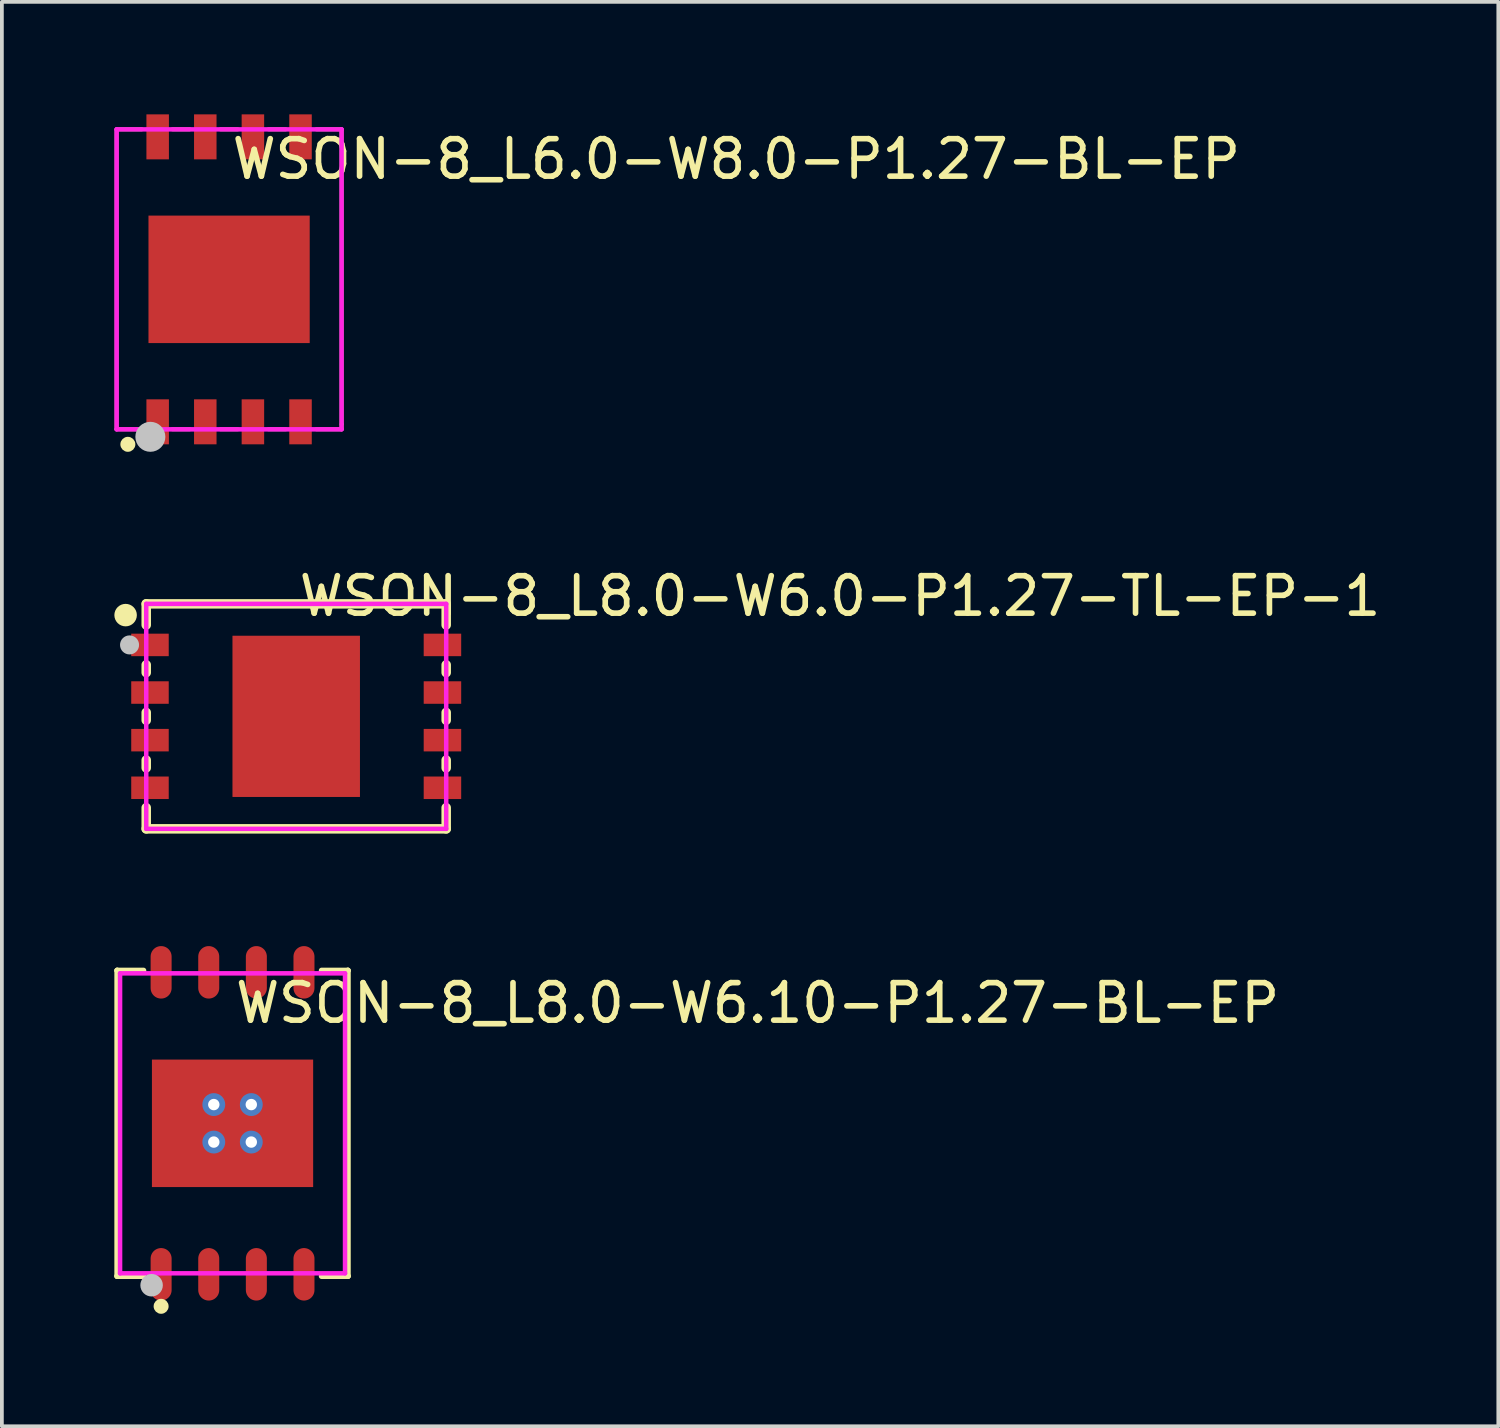
<source format=kicad_pcb>
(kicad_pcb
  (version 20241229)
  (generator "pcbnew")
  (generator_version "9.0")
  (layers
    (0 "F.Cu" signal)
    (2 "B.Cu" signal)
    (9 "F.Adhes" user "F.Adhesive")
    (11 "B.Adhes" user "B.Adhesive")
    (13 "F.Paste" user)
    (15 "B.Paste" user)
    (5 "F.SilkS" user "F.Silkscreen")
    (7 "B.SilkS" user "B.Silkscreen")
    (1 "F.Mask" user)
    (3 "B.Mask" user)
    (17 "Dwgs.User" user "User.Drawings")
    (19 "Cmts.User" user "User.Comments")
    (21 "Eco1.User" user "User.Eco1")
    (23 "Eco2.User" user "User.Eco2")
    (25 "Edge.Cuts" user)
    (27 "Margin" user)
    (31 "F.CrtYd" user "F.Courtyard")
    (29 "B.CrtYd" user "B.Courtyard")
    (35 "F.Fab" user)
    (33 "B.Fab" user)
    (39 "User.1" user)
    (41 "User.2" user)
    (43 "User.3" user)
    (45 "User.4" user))
  (footprint "WSON-8_L8.0-W6.0-P1.27-TL-EP-1"
    (layer "F.Cu")
    (at 4.85 16.055)
    (property "Reference" "WSON-8_L8.0-W6.0-P1.27-TL-EP-1" (at 0 -3.207 0) (layer "F.SilkS") (effects (font (size 1 1) (thickness 0.15)) (justify left)))
    (attr through_hole)
    (fp_line (start -4 -3) (end 3.95 -3) (stroke (width 0.254) (type solid)) (layer "F.SilkS"))
    (fp_line (start -4 -2.436) (end -4 -3) (stroke (width 0.254) (type solid)) (layer "F.SilkS"))
    (fp_line (start -4 -1.166) (end -4 -1.374) (stroke (width 0.254) (type solid)) (layer "F.SilkS"))
    (fp_line (start -4 0.104) (end -4 -0.104) (stroke (width 0.254) (type solid)) (layer "F.SilkS"))
    (fp_line (start -4 1.374) (end -4 1.166) (stroke (width 0.254) (type solid)) (layer "F.SilkS"))
    (fp_line (start -4 3) (end -4 2.436) (stroke (width 0.254) (type solid)) (layer "F.SilkS"))
    (fp_line (start 4 -3) (end 4 -2.436) (stroke (width 0.254) (type solid)) (layer "F.SilkS"))
    (fp_line (start 4 -1.374) (end 4 -1.166) (stroke (width 0.254) (type solid)) (layer "F.SilkS"))
    (fp_line (start 4 -0.104) (end 4 0.104) (stroke (width 0.254) (type solid)) (layer "F.SilkS"))
    (fp_line (start 4 1.166) (end 4 1.374) (stroke (width 0.254) (type solid)) (layer "F.SilkS"))
    (fp_line (start 4 2.436) (end 4 3) (stroke (width 0.254) (type solid)) (layer "F.SilkS"))
    (fp_line (start 4 3) (end -4 3) (stroke (width 0.254) (type solid)) (layer "F.SilkS"))
    (fp_circle (center -4.55 -2.7) (end -4.4 -2.7) (stroke (width 0.3) (type solid)) (fill no) (layer "F.SilkS"))
    (fp_circle (center -4.445 -1.905) (end -4.318 -1.905) (stroke (width 0.254) (type solid)) (fill no) (layer "Dwgs.User"))
    (fp_circle (center -4 -3) (end -3.97 -3) (stroke (width 0.06) (type solid)) (fill no) (layer "Eco2.User"))
    (fp_poly (pts (xy -4 -1.705) (xy -4 -2.105) (xy -3.5 -2.105) (xy -3.5 -1.705)) (stroke (width 0.12) (type solid)) (fill no) (layer "Eco2.User"))
    (fp_poly (pts (xy -4 -0.435) (xy -4 -0.835) (xy -3.5 -0.835) (xy -3.5 -0.435)) (stroke (width 0.12) (type solid)) (fill no) (layer "Eco2.User"))
    (fp_poly (pts (xy -4 0.835) (xy -4 0.435) (xy -3.5 0.435) (xy -3.5 0.835)) (stroke (width 0.12) (type solid)) (fill no) (layer "Eco2.User"))
    (fp_poly (pts (xy -4 2.105) (xy -4 1.705) (xy -3.5 1.705) (xy -3.5 2.105)) (stroke (width 0.12) (type solid)) (fill no) (layer "Eco2.User"))
    (fp_poly (pts (xy -1.7 2.15) (xy -1.7 -2.15) (xy 1.7 -2.15) (xy 1.7 2.15)) (stroke (width 0.12) (type solid)) (fill no) (layer "Eco2.User"))
    (fp_poly (pts (xy 4 -2.105) (xy 4 -1.705) (xy 3.5 -1.705) (xy 3.5 -2.105)) (stroke (width 0.12) (type solid)) (fill no) (layer "Eco2.User"))
    (fp_poly (pts (xy 4 -0.835) (xy 4 -0.435) (xy 3.5 -0.435) (xy 3.5 -0.835)) (stroke (width 0.12) (type solid)) (fill no) (layer "Eco2.User"))
    (fp_poly (pts (xy 4 0.435) (xy 4 0.835) (xy 3.5 0.835) (xy 3.5 0.435)) (stroke (width 0.12) (type solid)) (fill no) (layer "Eco2.User"))
    (fp_poly (pts (xy 4 1.705) (xy 4 2.105) (xy 3.5 2.105) (xy 3.5 1.705)) (stroke (width 0.12) (type solid)) (fill no) (layer "Eco2.User"))
    (fp_line (start -4 -3) (end 4 -3) (stroke (width 0.12) (type solid)) (layer "F.CrtYd"))
    (fp_line (start -4 3) (end -4 -3) (stroke (width 0.12) (type solid)) (layer "F.CrtYd"))
    (fp_line (start 4 -3) (end 4 3) (stroke (width 0.12) (type solid)) (layer "F.CrtYd"))
    (fp_line (start 4 3) (end -4 3) (stroke (width 0.12) (type solid)) (layer "F.CrtYd"))
    (pad "1" smd rect (at -3.9 -1.905 270) (size 0.6 1) (layers "F.Cu" "F.Mask" "F.Paste"))
    (pad "2" smd rect (at -3.9 -0.635 270) (size 0.6 1) (layers "F.Cu" "F.Mask" "F.Paste"))
    (pad "3" smd rect (at -3.9 0.635 270) (size 0.6 1) (layers "F.Cu" "F.Mask" "F.Paste"))
    (pad "4" smd rect (at -3.9 1.905 270) (size 0.6 1) (layers "F.Cu" "F.Mask" "F.Paste"))
    (pad "5" smd rect (at 3.9 1.905 90) (size 0.6 1) (layers "F.Cu" "F.Mask" "F.Paste"))
    (pad "6" smd rect (at 3.9 0.635 90) (size 0.6 1) (layers "F.Cu" "F.Mask" "F.Paste"))
    (pad "7" smd rect (at 3.9 -0.635 90) (size 0.6 1) (layers "F.Cu" "F.Mask" "F.Paste"))
    (pad "8" smd rect (at 3.9 -1.905 90) (size 0.6 1) (layers "F.Cu" "F.Mask" "F.Paste"))
    (pad "9" smd rect (at 0 0 90) (size 4.3 3.4) (layers "F.Cu" "F.Mask" "F.Paste")))
  (footprint "WSON-8_L6.0-W8.0-P1.27-BL-EP"
    (layer "F.Cu")
    (at 3.06 4.4)
    (property "Reference" "WSON-8_L6.0-W8.0-P1.27-BL-EP" (at 0 -3.207 0) (layer "F.SilkS") (effects (font (size 1 1) (thickness 0.15)) (justify left)))
    (attr through_hole)
    (fp_line (start -3 -4) (end -3 4) (stroke (width 0.1) (type solid)) (layer "F.SilkS"))
    (fp_line (start -3 -4) (end -2.324 -4) (stroke (width 0.1) (type solid)) (layer "F.SilkS"))
    (fp_line (start -3 4) (end -2.324 4) (stroke (width 0.1) (type solid)) (layer "F.SilkS"))
    (fp_line (start -1.516 -4) (end -1.044 -4) (stroke (width 0.1) (type solid)) (layer "F.SilkS"))
    (fp_line (start -1.516 4) (end -1.044 4) (stroke (width 0.1) (type solid)) (layer "F.SilkS"))
    (fp_line (start -0.236 -4) (end 0.236 -4) (stroke (width 0.1) (type solid)) (layer "F.SilkS"))
    (fp_line (start -0.236 4) (end 0.236 4) (stroke (width 0.1) (type solid)) (layer "F.SilkS"))
    (fp_line (start 1.044 -4) (end 1.516 -4) (stroke (width 0.1) (type solid)) (layer "F.SilkS"))
    (fp_line (start 1.044 4) (end 1.516 4) (stroke (width 0.1) (type solid)) (layer "F.SilkS"))
    (fp_line (start 2.324 -4) (end 3 -4) (stroke (width 0.1) (type solid)) (layer "F.SilkS"))
    (fp_line (start 2.324 4) (end 3 4) (stroke (width 0.1) (type solid)) (layer "F.SilkS"))
    (fp_line (start 3 -4) (end 3 3.863) (stroke (width 0.1) (type solid)) (layer "F.SilkS"))
    (fp_line (start 3 3.863) (end 3 4) (stroke (width 0.1) (type solid)) (layer "F.SilkS"))
    (fp_circle (center -2.7 4.4) (end -2.6 4.4) (stroke (width 0.2) (type solid)) (fill no) (layer "F.SilkS"))
    (fp_circle (center -2.1 4.2) (end -1.9 4.2) (stroke (width 0.4) (type solid)) (fill no) (layer "Dwgs.User"))
    (fp_circle (center -3 4) (end -2.97 4) (stroke (width 0.06) (type solid)) (fill no) (layer "Eco2.User"))
    (fp_poly (pts (xy -2.15 1.7) (xy -2.15 -1.7) (xy 2.15 -1.7) (xy 2.15 1.7)) (stroke (width 0.12) (type solid)) (fill no) (layer "Eco2.User"))
    (fp_poly (pts (xy -2.105 -4) (xy -1.705 -4) (xy -1.705 -3.5) (xy -2.105 -3.5)) (stroke (width 0.12) (type solid)) (fill no) (layer "Eco2.User"))
    (fp_poly (pts (xy -2.105 3.5) (xy -1.705 3.5) (xy -1.705 4) (xy -2.105 4)) (stroke (width 0.12) (type solid)) (fill no) (layer "Eco2.User"))
    (fp_poly (pts (xy -0.835 -4) (xy -0.435 -4) (xy -0.435 -3.5) (xy -0.835 -3.5)) (stroke (width 0.12) (type solid)) (fill no) (layer "Eco2.User"))
    (fp_poly (pts (xy -0.835 3.5) (xy -0.435 3.5) (xy -0.435 4) (xy -0.835 4)) (stroke (width 0.12) (type solid)) (fill no) (layer "Eco2.User"))
    (fp_poly (pts (xy 0.435 -4) (xy 0.835 -4) (xy 0.835 -3.5) (xy 0.435 -3.5)) (stroke (width 0.12) (type solid)) (fill no) (layer "Eco2.User"))
    (fp_poly (pts (xy 0.435 3.5) (xy 0.835 3.5) (xy 0.835 4) (xy 0.435 4)) (stroke (width 0.12) (type solid)) (fill no) (layer "Eco2.User"))
    (fp_poly (pts (xy 1.705 -4) (xy 2.105 -4) (xy 2.105 -3.5) (xy 1.705 -3.5)) (stroke (width 0.12) (type solid)) (fill no) (layer "Eco2.User"))
    (fp_poly (pts (xy 1.705 3.5) (xy 2.105 3.5) (xy 2.105 4) (xy 1.705 4)) (stroke (width 0.12) (type solid)) (fill no) (layer "Eco2.User"))
    (fp_line (start -3 -4) (end 3 -4) (stroke (width 0.12) (type solid)) (layer "F.CrtYd"))
    (fp_line (start -3 4) (end -3 -4) (stroke (width 0.12) (type solid)) (layer "F.CrtYd"))
    (fp_line (start 3 -4) (end 3 4) (stroke (width 0.12) (type solid)) (layer "F.CrtYd"))
    (fp_line (start 3 4) (end -3 4) (stroke (width 0.12) (type solid)) (layer "F.CrtYd"))
    (pad "1" smd rect (at -1.905 3.8) (size 0.6 1.2) (layers "F.Cu" "F.Mask" "F.Paste"))
    (pad "2" smd rect (at -0.635 3.8) (size 0.6 1.2) (layers "F.Cu" "F.Mask" "F.Paste"))
    (pad "3" smd rect (at 0.635 3.8) (size 0.6 1.2) (layers "F.Cu" "F.Mask" "F.Paste"))
    (pad "4" smd rect (at 1.905 3.8) (size 0.6 1.2) (layers "F.Cu" "F.Mask" "F.Paste"))
    (pad "5" smd rect (at 1.905 -3.8) (size 0.6 1.2) (layers "F.Cu" "F.Mask" "F.Paste"))
    (pad "6" smd rect (at 0.635 -3.8) (size 0.6 1.2) (layers "F.Cu" "F.Mask" "F.Paste"))
    (pad "7" smd rect (at -0.635 -3.8) (size 0.6 1.2) (layers "F.Cu" "F.Mask" "F.Paste"))
    (pad "8" smd rect (at -1.905 -3.8) (size 0.6 1.2) (layers "F.Cu" "F.Mask" "F.Paste"))
    (pad "9" smd rect (at 0 0 90) (size 3.4 4.3) (layers "F.Cu" "F.Mask" "F.Paste")))
  (footprint "WSON-8_L8.0-W6.10-P1.27-BL-EP"
    (layer "F.Cu")
    (at 3.152 26.909)
    (property "Reference" "WSON-8_L8.0-W6.10-P1.27-BL-EP" (at 0 -3.207 0) (layer "F.SilkS") (effects (font (size 1 1) (thickness 0.15)) (justify left)))
    (attr through_hole)
    (fp_line (start -3.076 -4.076) (end -3.076 -4.076) (stroke (width 0.152) (type solid)) (layer "F.SilkS"))
    (fp_line (start -3.076 -4.076) (end -2.376 -4.076) (stroke (width 0.152) (type solid)) (layer "F.SilkS"))
    (fp_line (start -3.076 4.076) (end -3.076 -4.076) (stroke (width 0.152) (type solid)) (layer "F.SilkS"))
    (fp_line (start -3.076 4.076) (end -3.076 4.076) (stroke (width 0.152) (type solid)) (layer "F.SilkS"))
    (fp_line (start -2.376 4.076) (end -3.076 4.076) (stroke (width 0.152) (type solid)) (layer "F.SilkS"))
    (fp_line (start 2.376 4.076) (end 3.076 4.076) (stroke (width 0.152) (type solid)) (layer "F.SilkS"))
    (fp_line (start 3.076 -4.076) (end 2.376 -4.076) (stroke (width 0.152) (type solid)) (layer "F.SilkS"))
    (fp_line (start 3.076 -4.076) (end 3.076 -4.076) (stroke (width 0.152) (type solid)) (layer "F.SilkS"))
    (fp_line (start 3.076 4.076) (end 3.076 -4.076) (stroke (width 0.152) (type solid)) (layer "F.SilkS"))
    (fp_line (start 3.076 4.076) (end 3.076 4.076) (stroke (width 0.152) (type solid)) (layer "F.SilkS"))
    (fp_circle (center -1.905 4.88) (end -1.805 4.88) (stroke (width 0.2) (type solid)) (fill no) (layer "F.SilkS"))
    (fp_circle (center -2.159 4.318) (end -2.009 4.318) (stroke (width 0.3) (type solid)) (fill no) (layer "Dwgs.User"))
    (fp_circle (center -3 4) (end -2.97 4) (stroke (width 0.06) (type solid)) (fill no) (layer "Eco2.User"))
    (fp_poly (pts (xy -2.105 -4) (xy -2.105 -3.5) (xy -1.705 -3.5) (xy -1.705 -4)) (stroke (width 0.12) (type solid)) (fill no) (layer "Eco2.User"))
    (fp_poly (pts (xy -2.105 4) (xy -2.105 3.5) (xy -1.705 3.5) (xy -1.705 4)) (stroke (width 0.12) (type solid)) (fill no) (layer "Eco2.User"))
    (fp_poly (pts (xy -0.835 -4) (xy -0.835 -3.5) (xy -0.435 -3.5) (xy -0.435 -4)) (stroke (width 0.12) (type solid)) (fill no) (layer "Eco2.User"))
    (fp_poly (pts (xy -0.835 4) (xy -0.835 3.5) (xy -0.435 3.5) (xy -0.435 4)) (stroke (width 0.12) (type solid)) (fill no) (layer "Eco2.User"))
    (fp_poly (pts (xy 0.435 -4) (xy 0.435 -3.5) (xy 0.835 -3.5) (xy 0.835 -4)) (stroke (width 0.12) (type solid)) (fill no) (layer "Eco2.User"))
    (fp_poly (pts (xy 0.435 4) (xy 0.435 3.5) (xy 0.835 3.5) (xy 0.835 4)) (stroke (width 0.12) (type solid)) (fill no) (layer "Eco2.User"))
    (fp_poly (pts (xy 1.705 -4) (xy 1.705 -3.5) (xy 2.105 -3.5) (xy 2.105 -4)) (stroke (width 0.12) (type solid)) (fill no) (layer "Eco2.User"))
    (fp_poly (pts (xy 1.705 4) (xy 1.705 3.5) (xy 2.105 3.5) (xy 2.105 4)) (stroke (width 0.12) (type solid)) (fill no) (layer "Eco2.User"))
    (fp_poly (pts (xy -2.15 1.36) (xy -2.15 -1.7) (xy 2.15 -1.7) (xy 2.15 1.7) (xy -1.81 1.7)) (stroke (width 0.12) (type solid)) (fill no) (layer "Eco2.User"))
    (fp_line (start -3 -4) (end 3 -4) (stroke (width 0.12) (type solid)) (layer "F.CrtYd"))
    (fp_line (start -3 4) (end -3 -4) (stroke (width 0.12) (type solid)) (layer "F.CrtYd"))
    (fp_line (start 3 -4) (end 3 4) (stroke (width 0.12) (type solid)) (layer "F.CrtYd"))
    (fp_line (start 3 4) (end -3 4) (stroke (width 0.12) (type solid)) (layer "F.CrtYd"))
    (pad "" thru_hole circle (at -0.5 -0.5) (size 0.61 0.61) (drill 0.304) (layers "*.Cu" "*.Mask"))
    (pad "" thru_hole circle (at -0.5 0.5) (size 0.61 0.61) (drill 0.304) (layers "*.Cu" "*.Mask"))
    (pad "" thru_hole circle (at 0.5 -0.5) (size 0.61 0.61) (drill 0.304) (layers "*.Cu" "*.Mask"))
    (pad "" thru_hole circle (at 0.5 0.5) (size 0.61 0.61) (drill 0.304) (layers "*.Cu" "*.Mask"))
    (pad "1" smd oval (at -1.905 4.027) (size 0.56 1.4) (layers "F.Cu" "F.Mask" "F.Paste"))
    (pad "2" smd oval (at -0.635 4.027) (size 0.56 1.4) (layers "F.Cu" "F.Mask" "F.Paste"))
    (pad "3" smd oval (at 0.635 4.027) (size 0.56 1.4) (layers "F.Cu" "F.Mask" "F.Paste"))
    (pad "4" smd oval (at 1.905 4.027) (size 0.56 1.4) (layers "F.Cu" "F.Mask" "F.Paste"))
    (pad "5" smd oval (at 1.905 -4.027) (size 0.56 1.4) (layers "F.Cu" "F.Mask" "F.Paste"))
    (pad "6" smd oval (at 0.635 -4.027) (size 0.56 1.4) (layers "F.Cu" "F.Mask" "F.Paste"))
    (pad "7" smd oval (at -0.635 -4.027) (size 0.56 1.4) (layers "F.Cu" "F.Mask" "F.Paste"))
    (pad "8" smd oval (at -1.905 -4.027) (size 0.56 1.4) (layers "F.Cu" "F.Mask" "F.Paste"))
    (pad "9" smd rect (at 0 0) (size 4.3 3.4) (layers "F.Cu" "F.Mask" "F.Paste")))
  (gr_rect
    (start -3 -3)
    (end 36.91 34.989)
    (stroke (width 0.1) (type default))
    (fill no)
    (layer "Edge.Cuts")))
</source>
